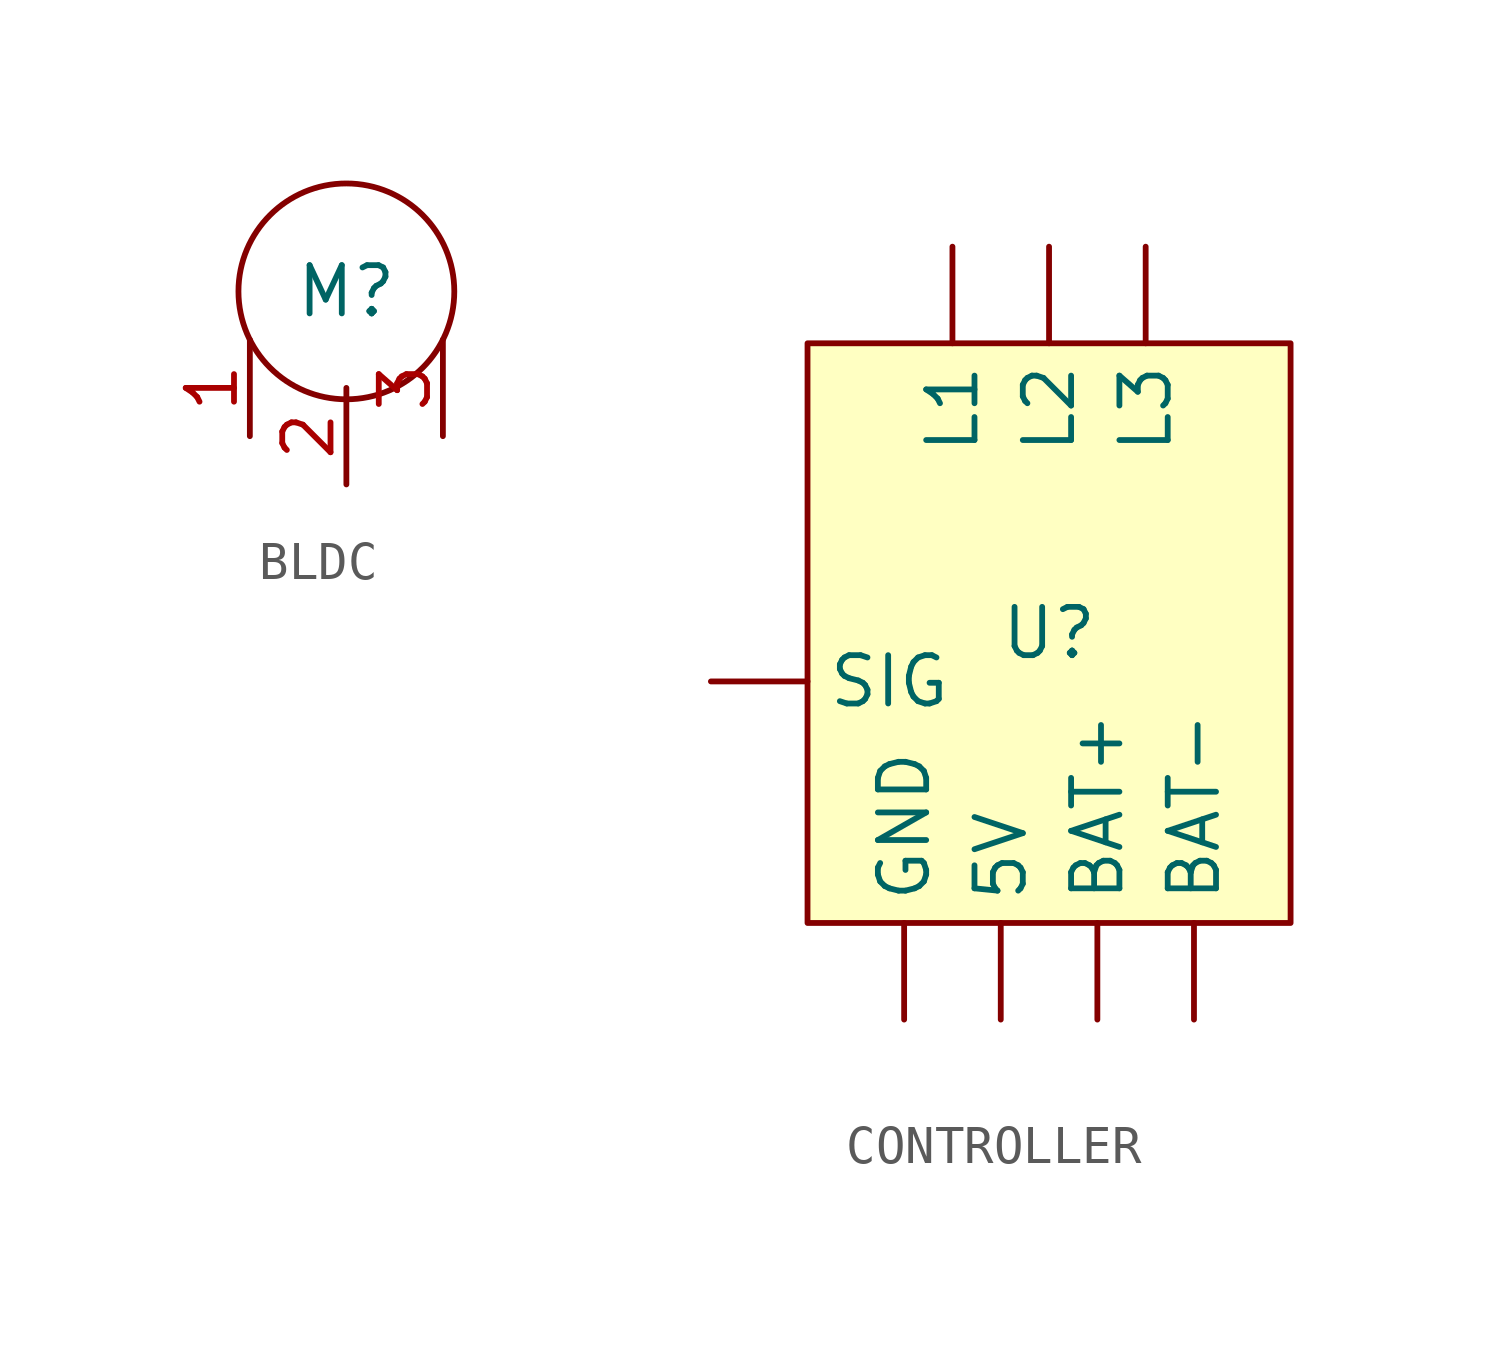
<source format=kicad_sym>
(kicad_symbol_lib
  (version 20231120)
  (generator "kicad_symbol_editor")
  (generator_version "8.0")
  (symbol "BLDC"
    (property "Reference" "M"
      (at 0 0 0)
      (effects (font (size 1.27 1.27))))
    (property "Value" ""
      (at 0 0 0)
      (effects (font (size 1.27 1.27))))
    (symbol "BLDC_0_1"
      (circle (center 0 0) (radius 2.84) (stroke (width 0) (type default)) (fill (type none))))
    (symbol "BLDC_1_1"
      (pin input line (at -2.54 -3.81 90) (length 2.54) (name "" (effects (font (size 1.27 1.27)))) (number "1" (effects (font (size 1.27 1.27)))))
      (pin input line (at 0 -5.08 90) (length 2.54) (name "" (effects (font (size 1.27 1.27)))) (number "2" (effects (font (size 1.27 1.27)))))
      (pin input line (at 2.54 -3.81 90) (length 2.54) (name "" (effects (font (size 1.27 1.27)))) (number "3" (effects (font (size 1.27 1.27)))))))
  (symbol "CONTROLLER"
    (property "Reference" "U"
      (at 0 0 0)
      (effects (font (size 1.27 1.27))))
    (property "Value" ""
      (at 0 0 0)
      (effects (font (size 1.27 1.27))))
    (symbol "CONTROLLER_1_1"
      (rectangle (start -6.35 7.62) (end 6.35 -7.62) (stroke (width 0) (type default)) (fill (type background)))
      (pin power_in line (at -1.27 -10.16 90) (length 2.54) (name "5V" (effects (font (size 1.27 1.27)))) (number "" (effects (font (size 1.27 1.27)))))
      (pin power_in line (at 1.27 -10.16 90) (length 2.54) (name "BAT+" (effects (font (size 1.27 1.27)))) (number "" (effects (font (size 1.27 1.27)))))
      (pin power_in line (at 3.81 -10.16 90) (length 2.54) (name "BAT-" (effects (font (size 1.27 1.27)))) (number "" (effects (font (size 1.27 1.27)))))
      (pin power_in line (at -3.81 -10.16 90) (length 2.54) (name "GND" (effects (font (size 1.27 1.27)))) (number "" (effects (font (size 1.27 1.27)))))
      (pin input line (at -2.54 10.16 270) (length 2.54) (name "L1" (effects (font (size 1.27 1.27)))) (number "" (effects (font (size 1.27 1.27)))))
      (pin input line (at 0 10.16 270) (length 2.54) (name "L2" (effects (font (size 1.27 1.27)))) (number "" (effects (font (size 1.27 1.27)))))
      (pin input line (at 2.54 10.16 270) (length 2.54) (name "L3" (effects (font (size 1.27 1.27)))) (number "" (effects (font (size 1.27 1.27)))))
      (pin input line (at -8.89 -1.27 0) (length 2.54) (name "SIG" (effects (font (size 1.27 1.27)))) (number "" (effects (font (size 1.27 1.27))))))))
</source>
